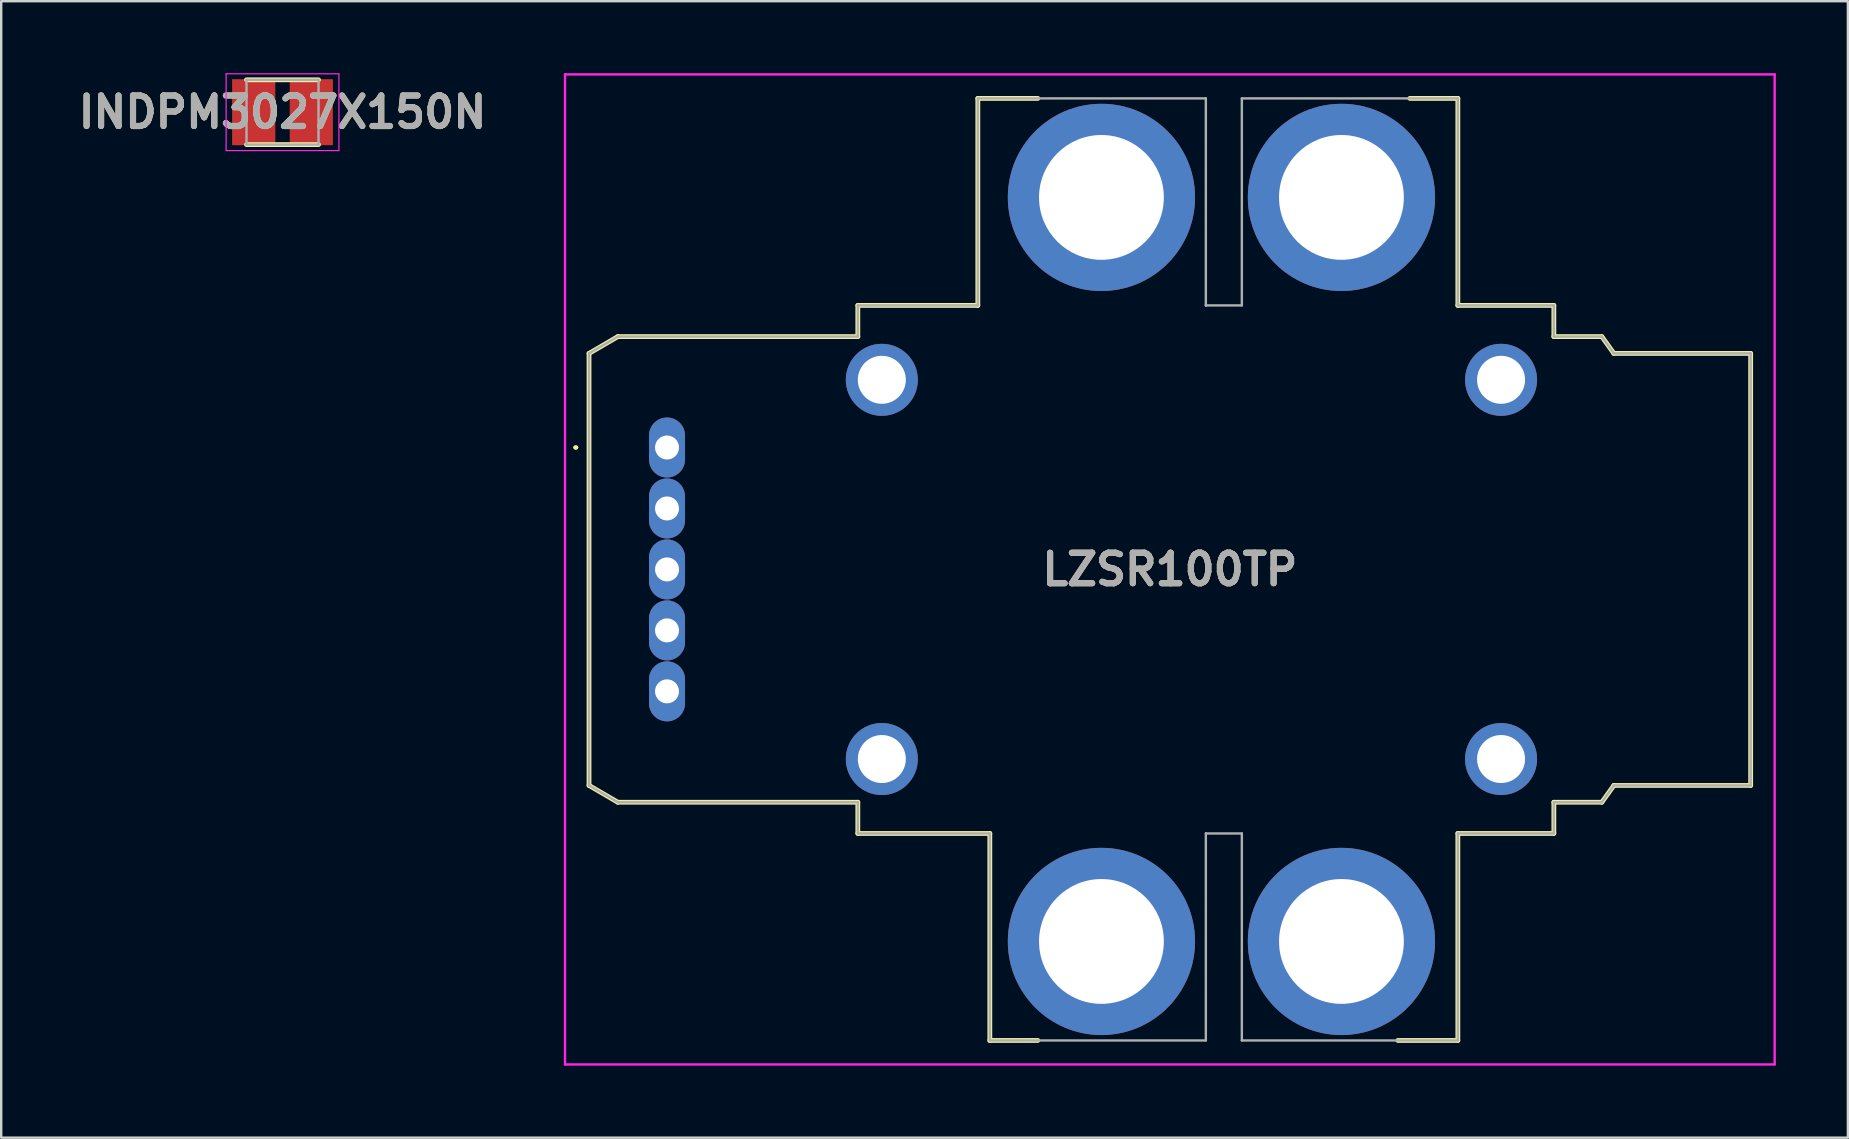
<source format=kicad_pcb>
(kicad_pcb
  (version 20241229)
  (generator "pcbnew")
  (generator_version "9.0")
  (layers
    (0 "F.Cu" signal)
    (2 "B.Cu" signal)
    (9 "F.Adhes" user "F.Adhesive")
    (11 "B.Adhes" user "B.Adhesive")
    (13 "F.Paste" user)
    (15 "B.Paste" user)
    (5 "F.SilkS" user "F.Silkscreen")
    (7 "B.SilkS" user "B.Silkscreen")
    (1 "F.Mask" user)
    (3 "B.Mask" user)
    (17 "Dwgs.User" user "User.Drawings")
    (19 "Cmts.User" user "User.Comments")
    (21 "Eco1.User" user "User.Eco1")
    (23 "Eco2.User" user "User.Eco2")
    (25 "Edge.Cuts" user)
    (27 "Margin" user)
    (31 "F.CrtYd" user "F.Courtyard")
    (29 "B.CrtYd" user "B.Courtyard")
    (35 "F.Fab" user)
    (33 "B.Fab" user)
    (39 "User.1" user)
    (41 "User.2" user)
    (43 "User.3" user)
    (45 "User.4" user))
  (footprint "INDPM3027X150N"
    (layer "F.Cu")
    (at 8.721 1.625)
    (property "Reference" "INDPM3027X150N" (at 0 0 0) (layer "F.SilkS") (effects (font (size 1.27 1.27) (thickness 0.254))))
    (attr smd)
    (fp_line (start -1.5 1.35) (end 1.5 1.35) (stroke (width 0.2) (type solid)) (layer "F.SilkS"))
    (fp_line (start 1.5 -1.35) (end -1.5 -1.35) (stroke (width 0.2) (type solid)) (layer "F.SilkS"))
    (fp_line (start -2.35 -1.6) (end 2.35 -1.6) (stroke (width 0.05) (type solid)) (layer "F.CrtYd"))
    (fp_line (start -2.35 1.6) (end -2.35 -1.6) (stroke (width 0.05) (type solid)) (layer "F.CrtYd"))
    (fp_line (start 2.35 -1.6) (end 2.35 1.6) (stroke (width 0.05) (type solid)) (layer "F.CrtYd"))
    (fp_line (start 2.35 1.6) (end -2.35 1.6) (stroke (width 0.05) (type solid)) (layer "F.CrtYd"))
    (fp_line (start -1.5 -1.35) (end 1.5 -1.35) (stroke (width 0.1) (type solid)) (layer "F.Fab"))
    (fp_line (start -1.5 1.35) (end -1.5 -1.35) (stroke (width 0.1) (type solid)) (layer "F.Fab"))
    (fp_line (start 1.5 -1.35) (end 1.5 1.35) (stroke (width 0.1) (type solid)) (layer "F.Fab"))
    (fp_line (start 1.5 1.35) (end -1.5 1.35) (stroke (width 0.1) (type solid)) (layer "F.Fab"))
    (fp_text user "${REFERENCE}" (at 0 0 0) (layer "F.Fab") (effects (font (size 1.27 1.27) (thickness 0.254))))
    (pad "1" smd rect (at -1.2 0) (size 1.8 2.75) (layers "F.Cu" "F.Mask" "F.Paste"))
    (pad "2" smd rect (at 1.2 0) (size 1.8 2.75) (layers "F.Cu" "F.Mask" "F.Paste")))
  (footprint "LZSR100TP"
    (layer "F.Cu")
    (at 24.741 15.595)
    (property "Reference" "LZSR100TP" (at 20.95 5.08 0) (layer "F.SilkS") (effects (font (size 1.27 1.27) (thickness 0.254))))
    (attr through_hole)
    (fp_line (start -3.85 0) (end -3.85 0) (stroke (width 0.1) (type solid)) (layer "F.SilkS"))
    (fp_line (start -3.75 0) (end -3.75 0) (stroke (width 0.1) (type solid)) (layer "F.SilkS"))
    (fp_line (start -3.25 -3.92) (end -3.25 14.08) (stroke (width 0.2) (type solid)) (layer "F.SilkS"))
    (fp_line (start -3.25 14.08) (end -2.05 14.78) (stroke (width 0.2) (type solid)) (layer "F.SilkS"))
    (fp_line (start -2.05 -4.62) (end -3.25 -3.92) (stroke (width 0.2) (type solid)) (layer "F.SilkS"))
    (fp_line (start -2.05 14.78) (end 7.95 14.78) (stroke (width 0.2) (type solid)) (layer "F.SilkS"))
    (fp_line (start 7.95 -5.92) (end 7.95 -4.62) (stroke (width 0.2) (type solid)) (layer "F.SilkS"))
    (fp_line (start 7.95 -4.62) (end -2.05 -4.62) (stroke (width 0.2) (type solid)) (layer "F.SilkS"))
    (fp_line (start 7.95 14.78) (end 7.95 16.08) (stroke (width 0.2) (type solid)) (layer "F.SilkS"))
    (fp_line (start 7.95 16.08) (end 13.45 16.08) (stroke (width 0.2) (type solid)) (layer "F.SilkS"))
    (fp_line (start 12.95 -14.545) (end 12.95 -5.92) (stroke (width 0.2) (type solid)) (layer "F.SilkS"))
    (fp_line (start 12.95 -5.92) (end 7.95 -5.92) (stroke (width 0.2) (type solid)) (layer "F.SilkS"))
    (fp_line (start 13.45 16.08) (end 13.45 24.705) (stroke (width 0.2) (type solid)) (layer "F.SilkS"))
    (fp_line (start 13.45 24.705) (end 15.45 24.705) (stroke (width 0.2) (type solid)) (layer "F.SilkS"))
    (fp_line (start 15.45 -14.545) (end 12.95 -14.545) (stroke (width 0.2) (type solid)) (layer "F.SilkS"))
    (fp_line (start 30.45 24.705) (end 32.95 24.705) (stroke (width 0.2) (type solid)) (layer "F.SilkS"))
    (fp_line (start 32.95 -14.545) (end 30.95 -14.545) (stroke (width 0.2) (type solid)) (layer "F.SilkS"))
    (fp_line (start 32.95 -5.92) (end 32.95 -14.545) (stroke (width 0.2) (type solid)) (layer "F.SilkS"))
    (fp_line (start 32.95 16.08) (end 36.95 16.08) (stroke (width 0.2) (type solid)) (layer "F.SilkS"))
    (fp_line (start 32.95 24.705) (end 32.95 16.08) (stroke (width 0.2) (type solid)) (layer "F.SilkS"))
    (fp_line (start 36.95 -5.92) (end 32.95 -5.92) (stroke (width 0.2) (type solid)) (layer "F.SilkS"))
    (fp_line (start 36.95 -4.62) (end 36.95 -5.92) (stroke (width 0.2) (type solid)) (layer "F.SilkS"))
    (fp_line (start 36.95 14.78) (end 38.95 14.78) (stroke (width 0.2) (type solid)) (layer "F.SilkS"))
    (fp_line (start 36.95 16.08) (end 36.95 14.78) (stroke (width 0.2) (type solid)) (layer "F.SilkS"))
    (fp_line (start 38.95 -4.62) (end 36.95 -4.62) (stroke (width 0.2) (type solid)) (layer "F.SilkS"))
    (fp_line (start 38.95 14.78) (end 39.45 14.08) (stroke (width 0.2) (type solid)) (layer "F.SilkS"))
    (fp_line (start 39.45 -3.92) (end 38.95 -4.62) (stroke (width 0.2) (type solid)) (layer "F.SilkS"))
    (fp_line (start 39.45 14.08) (end 45.15 14.08) (stroke (width 0.2) (type solid)) (layer "F.SilkS"))
    (fp_line (start 45.15 -3.92) (end 39.45 -3.92) (stroke (width 0.2) (type solid)) (layer "F.SilkS"))
    (fp_line (start 45.15 14.08) (end 45.15 -3.92) (stroke (width 0.2) (type solid)) (layer "F.SilkS"))
    (fp_arc (start -3.85 0) (mid -3.8 -0.05) (end -3.75 0) (stroke (width 0.1) (type solid)) (layer "F.SilkS"))
    (fp_arc (start -3.75 0) (mid -3.8 0.05) (end -3.85 0) (stroke (width 0.1) (type solid)) (layer "F.SilkS"))
    (fp_line (start -4.25 -15.545) (end -4.25 25.705) (stroke (width 0.1) (type solid)) (layer "F.CrtYd"))
    (fp_line (start -4.25 25.705) (end 46.15 25.705) (stroke (width 0.1) (type solid)) (layer "F.CrtYd"))
    (fp_line (start 46.15 -15.545) (end -4.25 -15.545) (stroke (width 0.1) (type solid)) (layer "F.CrtYd"))
    (fp_line (start 46.15 25.705) (end 46.15 -15.545) (stroke (width 0.1) (type solid)) (layer "F.CrtYd"))
    (fp_line (start -3.25 -3.92) (end -2.05 -4.62) (stroke (width 0.1) (type solid)) (layer "F.Fab"))
    (fp_line (start -3.25 14.08) (end -3.25 -3.92) (stroke (width 0.1) (type solid)) (layer "F.Fab"))
    (fp_line (start -2.05 -4.62) (end 7.95 -4.62) (stroke (width 0.1) (type solid)) (layer "F.Fab"))
    (fp_line (start -2.05 14.78) (end -3.25 14.08) (stroke (width 0.1) (type solid)) (layer "F.Fab"))
    (fp_line (start 7.95 -5.92) (end 12.95 -5.92) (stroke (width 0.1) (type solid)) (layer "F.Fab"))
    (fp_line (start 7.95 -4.62) (end 7.95 -5.92) (stroke (width 0.1) (type solid)) (layer "F.Fab"))
    (fp_line (start 7.95 14.78) (end -2.05 14.78) (stroke (width 0.1) (type solid)) (layer "F.Fab"))
    (fp_line (start 7.95 16.08) (end 7.95 14.78) (stroke (width 0.1) (type solid)) (layer "F.Fab"))
    (fp_line (start 12.95 -14.545) (end 22.45 -14.545) (stroke (width 0.1) (type solid)) (layer "F.Fab"))
    (fp_line (start 12.95 -5.92) (end 12.95 -14.545) (stroke (width 0.1) (type solid)) (layer "F.Fab"))
    (fp_line (start 13.45 16.08) (end 7.95 16.08) (stroke (width 0.1) (type solid)) (layer "F.Fab"))
    (fp_line (start 13.45 24.705) (end 13.45 16.08) (stroke (width 0.1) (type solid)) (layer "F.Fab"))
    (fp_line (start 22.45 -14.545) (end 22.45 -5.92) (stroke (width 0.1) (type solid)) (layer "F.Fab"))
    (fp_line (start 22.45 -5.92) (end 22.45 -5.92) (stroke (width 0.1) (type solid)) (layer "F.Fab"))
    (fp_line (start 22.45 -5.92) (end 23.95 -5.92) (stroke (width 0.1) (type solid)) (layer "F.Fab"))
    (fp_line (start 22.45 16.08) (end 22.45 24.705) (stroke (width 0.1) (type solid)) (layer "F.Fab"))
    (fp_line (start 22.45 24.705) (end 13.45 24.705) (stroke (width 0.1) (type solid)) (layer "F.Fab"))
    (fp_line (start 23.95 -14.545) (end 32.95 -14.545) (stroke (width 0.1) (type solid)) (layer "F.Fab"))
    (fp_line (start 23.95 -5.92) (end 23.95 -14.545) (stroke (width 0.1) (type solid)) (layer "F.Fab"))
    (fp_line (start 23.95 16.08) (end 22.45 16.08) (stroke (width 0.1) (type solid)) (layer "F.Fab"))
    (fp_line (start 23.95 24.705) (end 23.95 16.08) (stroke (width 0.1) (type solid)) (layer "F.Fab"))
    (fp_line (start 32.95 -14.545) (end 32.95 -5.92) (stroke (width 0.1) (type solid)) (layer "F.Fab"))
    (fp_line (start 32.95 -5.92) (end 36.95 -5.92) (stroke (width 0.1) (type solid)) (layer "F.Fab"))
    (fp_line (start 32.95 16.08) (end 32.95 24.705) (stroke (width 0.1) (type solid)) (layer "F.Fab"))
    (fp_line (start 32.95 24.705) (end 23.95 24.705) (stroke (width 0.1) (type solid)) (layer "F.Fab"))
    (fp_line (start 36.95 -5.92) (end 36.95 -4.92) (stroke (width 0.1) (type solid)) (layer "F.Fab"))
    (fp_line (start 36.95 -4.92) (end 36.95 -4.62) (stroke (width 0.1) (type solid)) (layer "F.Fab"))
    (fp_line (start 36.95 -4.62) (end 38.95 -4.62) (stroke (width 0.1) (type solid)) (layer "F.Fab"))
    (fp_line (start 36.95 14.78) (end 36.95 16.08) (stroke (width 0.1) (type solid)) (layer "F.Fab"))
    (fp_line (start 36.95 16.08) (end 32.95 16.08) (stroke (width 0.1) (type solid)) (layer "F.Fab"))
    (fp_line (start 38.95 -4.62) (end 38.95 -4.62) (stroke (width 0.1) (type solid)) (layer "F.Fab"))
    (fp_line (start 38.95 -4.62) (end 39.45 -3.92) (stroke (width 0.1) (type solid)) (layer "F.Fab"))
    (fp_line (start 38.95 14.78) (end 36.95 14.78) (stroke (width 0.1) (type solid)) (layer "F.Fab"))
    (fp_line (start 39.45 -3.92) (end 45.15 -3.92) (stroke (width 0.1) (type solid)) (layer "F.Fab"))
    (fp_line (start 39.45 14.08) (end 38.95 14.78) (stroke (width 0.1) (type solid)) (layer "F.Fab"))
    (fp_line (start 45.15 -3.92) (end 45.15 14.08) (stroke (width 0.1) (type solid)) (layer "F.Fab"))
    (fp_line (start 45.15 14.08) (end 39.45 14.08) (stroke (width 0.1) (type solid)) (layer "F.Fab"))
    (fp_text user "${REFERENCE}" (at 20.95 5.08 0) (layer "F.Fab") (effects (font (size 1.27 1.27) (thickness 0.254))))
    (pad "1" thru_hole oval (at 0 0) (size 1.5 2.5) (drill 1) (layers "*.Cu" "*.Mask"))
    (pad "2" thru_hole oval (at 0 2.54) (size 1.5 2.5) (drill 1) (layers "*.Cu" "*.Mask"))
    (pad "3" thru_hole oval (at 0 5.08) (size 1.5 2.5) (drill 1) (layers "*.Cu" "*.Mask"))
    (pad "4" thru_hole oval (at 0 7.62) (size 1.5 2.5) (drill 1) (layers "*.Cu" "*.Mask"))
    (pad "5" thru_hole oval (at 0 10.16) (size 1.5 2.5) (drill 1) (layers "*.Cu" "*.Mask"))
    (pad "6" thru_hole circle (at 18.1 20.58) (size 7.8 7.8) (drill 5.2) (layers "*.Cu" "*.Mask"))
    (pad "7" thru_hole circle (at 28.1 20.58) (size 7.8 7.8) (drill 5.2) (layers "*.Cu" "*.Mask"))
    (pad "8" thru_hole circle (at 28.1 -10.42) (size 7.8 7.8) (drill 5.2) (layers "*.Cu" "*.Mask"))
    (pad "9" thru_hole circle (at 18.1 -10.42) (size 7.8 7.8) (drill 5.2) (layers "*.Cu" "*.Mask"))
    (pad "MH1" thru_hole circle (at 8.95 -2.82) (size 3 3) (drill 2) (layers "*.Cu" "*.Mask"))
    (pad "MH2" thru_hole circle (at 8.95 12.98) (size 3 3) (drill 2) (layers "*.Cu" "*.Mask"))
    (pad "MH3" thru_hole circle (at 34.75 12.98) (size 3 3) (drill 2) (layers "*.Cu" "*.Mask"))
    (pad "MH4" thru_hole circle (at 34.75 -2.82) (size 3 3) (drill 2) (layers "*.Cu" "*.Mask")))
  (gr_rect
    (start -3 -3)
    (end 73.941 44.35)
    (stroke (width 0.1) (type default))
    (fill no)
    (layer "Edge.Cuts")))
</source>
